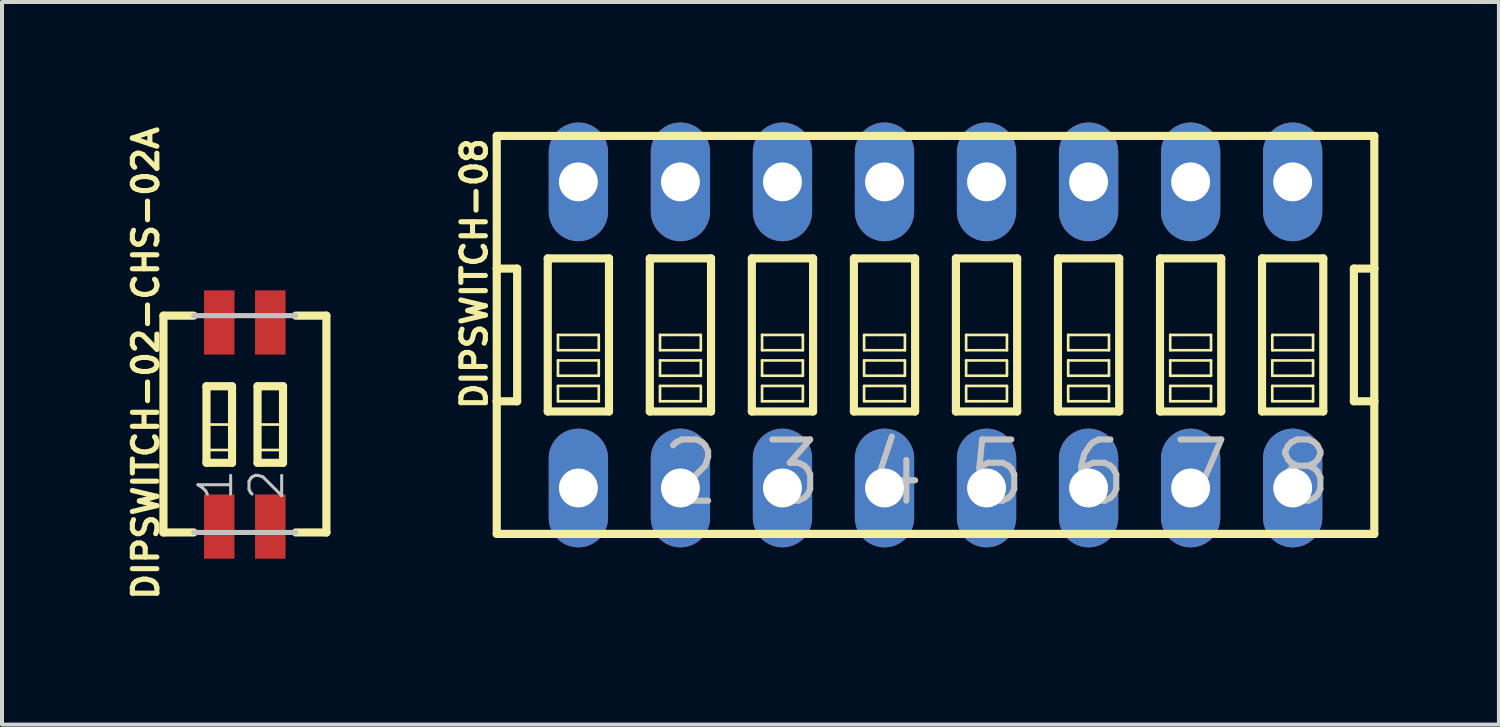
<source format=kicad_pcb>
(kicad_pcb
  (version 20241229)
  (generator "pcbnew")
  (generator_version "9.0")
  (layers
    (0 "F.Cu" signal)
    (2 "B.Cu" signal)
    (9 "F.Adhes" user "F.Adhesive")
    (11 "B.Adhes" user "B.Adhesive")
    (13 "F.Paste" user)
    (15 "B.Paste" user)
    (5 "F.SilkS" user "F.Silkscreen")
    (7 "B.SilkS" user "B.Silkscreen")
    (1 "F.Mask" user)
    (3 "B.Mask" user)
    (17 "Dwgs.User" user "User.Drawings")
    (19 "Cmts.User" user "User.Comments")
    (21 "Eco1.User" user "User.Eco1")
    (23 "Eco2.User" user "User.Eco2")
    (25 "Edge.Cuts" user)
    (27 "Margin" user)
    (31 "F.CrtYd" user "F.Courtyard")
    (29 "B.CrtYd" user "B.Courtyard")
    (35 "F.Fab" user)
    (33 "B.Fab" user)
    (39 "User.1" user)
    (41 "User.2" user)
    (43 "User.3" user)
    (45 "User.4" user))
  (footprint "DIPSWITCH-08"
    (layer "F.Cu")
    (at 20.237 5.287)
    (property "Reference" "DIPSWITCH-08" (at -11.481 -1.524 90) (layer "F.SilkS") (effects (font (size 0.61 0.61) (thickness 0.127))))
    (attr exclude_from_pos_files exclude_from_bom)
    (fp_line (start -10.922 -4.953) (end -10.922 -1.651) (stroke (width 0.203) (type solid)) (layer "F.SilkS"))
    (fp_line (start -10.922 -1.651) (end -10.922 1.651) (stroke (width 0.203) (type solid)) (layer "F.SilkS"))
    (fp_line (start -10.922 1.651) (end -10.922 4.953) (stroke (width 0.203) (type solid)) (layer "F.SilkS"))
    (fp_line (start -10.922 1.651) (end -10.414 1.651) (stroke (width 0.203) (type solid)) (layer "F.SilkS"))
    (fp_line (start -10.922 4.953) (end 10.922 4.953) (stroke (width 0.203) (type solid)) (layer "F.SilkS"))
    (fp_line (start -10.414 -1.651) (end -10.922 -1.651) (stroke (width 0.203) (type solid)) (layer "F.SilkS"))
    (fp_line (start -10.414 1.651) (end -10.414 -1.651) (stroke (width 0.203) (type solid)) (layer "F.SilkS"))
    (fp_line (start -9.652 -1.905) (end -9.652 1.905) (stroke (width 0.203) (type solid)) (layer "F.SilkS"))
    (fp_line (start -9.652 -1.905) (end -8.128 -1.905) (stroke (width 0.203) (type solid)) (layer "F.SilkS"))
    (fp_line (start -9.398 0) (end -8.382 0) (stroke (width 0.066) (type solid)) (layer "F.SilkS"))
    (fp_line (start -9.398 0.381) (end -9.398 0) (stroke (width 0.066) (type solid)) (layer "F.SilkS"))
    (fp_line (start -9.398 0.381) (end -8.382 0.381) (stroke (width 0.066) (type solid)) (layer "F.SilkS"))
    (fp_line (start -9.398 0.635) (end -8.382 0.635) (stroke (width 0.066) (type solid)) (layer "F.SilkS"))
    (fp_line (start -9.398 1.016) (end -9.398 0.635) (stroke (width 0.066) (type solid)) (layer "F.SilkS"))
    (fp_line (start -9.398 1.016) (end -8.382 1.016) (stroke (width 0.066) (type solid)) (layer "F.SilkS"))
    (fp_line (start -9.398 1.27) (end -8.382 1.27) (stroke (width 0.066) (type solid)) (layer "F.SilkS"))
    (fp_line (start -9.398 1.651) (end -9.398 1.27) (stroke (width 0.066) (type solid)) (layer "F.SilkS"))
    (fp_line (start -9.398 1.651) (end -8.382 1.651) (stroke (width 0.066) (type solid)) (layer "F.SilkS"))
    (fp_line (start -8.382 0.381) (end -8.382 0) (stroke (width 0.066) (type solid)) (layer "F.SilkS"))
    (fp_line (start -8.382 1.016) (end -8.382 0.635) (stroke (width 0.066) (type solid)) (layer "F.SilkS"))
    (fp_line (start -8.382 1.651) (end -8.382 1.27) (stroke (width 0.066) (type solid)) (layer "F.SilkS"))
    (fp_line (start -8.128 1.905) (end -9.652 1.905) (stroke (width 0.203) (type solid)) (layer "F.SilkS"))
    (fp_line (start -8.128 1.905) (end -8.128 -1.905) (stroke (width 0.203) (type solid)) (layer "F.SilkS"))
    (fp_line (start -7.112 -1.905) (end -7.112 1.905) (stroke (width 0.203) (type solid)) (layer "F.SilkS"))
    (fp_line (start -7.112 -1.905) (end -5.588 -1.905) (stroke (width 0.203) (type solid)) (layer "F.SilkS"))
    (fp_line (start -6.858 0) (end -5.842 0) (stroke (width 0.066) (type solid)) (layer "F.SilkS"))
    (fp_line (start -6.858 0.381) (end -6.858 0) (stroke (width 0.066) (type solid)) (layer "F.SilkS"))
    (fp_line (start -6.858 0.381) (end -5.842 0.381) (stroke (width 0.066) (type solid)) (layer "F.SilkS"))
    (fp_line (start -6.858 0.635) (end -5.842 0.635) (stroke (width 0.066) (type solid)) (layer "F.SilkS"))
    (fp_line (start -6.858 1.016) (end -6.858 0.635) (stroke (width 0.066) (type solid)) (layer "F.SilkS"))
    (fp_line (start -6.858 1.016) (end -5.842 1.016) (stroke (width 0.066) (type solid)) (layer "F.SilkS"))
    (fp_line (start -6.858 1.27) (end -5.842 1.27) (stroke (width 0.066) (type solid)) (layer "F.SilkS"))
    (fp_line (start -6.858 1.651) (end -6.858 1.27) (stroke (width 0.066) (type solid)) (layer "F.SilkS"))
    (fp_line (start -6.858 1.651) (end -5.842 1.651) (stroke (width 0.066) (type solid)) (layer "F.SilkS"))
    (fp_line (start -5.842 0.381) (end -5.842 0) (stroke (width 0.066) (type solid)) (layer "F.SilkS"))
    (fp_line (start -5.842 1.016) (end -5.842 0.635) (stroke (width 0.066) (type solid)) (layer "F.SilkS"))
    (fp_line (start -5.842 1.651) (end -5.842 1.27) (stroke (width 0.066) (type solid)) (layer "F.SilkS"))
    (fp_line (start -5.588 1.905) (end -7.112 1.905) (stroke (width 0.203) (type solid)) (layer "F.SilkS"))
    (fp_line (start -5.588 1.905) (end -5.588 -1.905) (stroke (width 0.203) (type solid)) (layer "F.SilkS"))
    (fp_line (start -4.572 -1.905) (end -4.572 1.905) (stroke (width 0.203) (type solid)) (layer "F.SilkS"))
    (fp_line (start -4.572 -1.905) (end -3.048 -1.905) (stroke (width 0.203) (type solid)) (layer "F.SilkS"))
    (fp_line (start -4.318 0) (end -3.302 0) (stroke (width 0.066) (type solid)) (layer "F.SilkS"))
    (fp_line (start -4.318 0.381) (end -4.318 0) (stroke (width 0.066) (type solid)) (layer "F.SilkS"))
    (fp_line (start -4.318 0.381) (end -3.302 0.381) (stroke (width 0.066) (type solid)) (layer "F.SilkS"))
    (fp_line (start -4.318 0.635) (end -3.302 0.635) (stroke (width 0.066) (type solid)) (layer "F.SilkS"))
    (fp_line (start -4.318 1.016) (end -4.318 0.635) (stroke (width 0.066) (type solid)) (layer "F.SilkS"))
    (fp_line (start -4.318 1.016) (end -3.302 1.016) (stroke (width 0.066) (type solid)) (layer "F.SilkS"))
    (fp_line (start -4.318 1.27) (end -3.302 1.27) (stroke (width 0.066) (type solid)) (layer "F.SilkS"))
    (fp_line (start -4.318 1.651) (end -4.318 1.27) (stroke (width 0.066) (type solid)) (layer "F.SilkS"))
    (fp_line (start -4.318 1.651) (end -3.302 1.651) (stroke (width 0.066) (type solid)) (layer "F.SilkS"))
    (fp_line (start -3.302 0.381) (end -3.302 0) (stroke (width 0.066) (type solid)) (layer "F.SilkS"))
    (fp_line (start -3.302 1.016) (end -3.302 0.635) (stroke (width 0.066) (type solid)) (layer "F.SilkS"))
    (fp_line (start -3.302 1.651) (end -3.302 1.27) (stroke (width 0.066) (type solid)) (layer "F.SilkS"))
    (fp_line (start -3.048 1.905) (end -4.572 1.905) (stroke (width 0.203) (type solid)) (layer "F.SilkS"))
    (fp_line (start -3.048 1.905) (end -3.048 -1.905) (stroke (width 0.203) (type solid)) (layer "F.SilkS"))
    (fp_line (start -2.032 -1.905) (end -2.032 1.905) (stroke (width 0.203) (type solid)) (layer "F.SilkS"))
    (fp_line (start -2.032 -1.905) (end -0.508 -1.905) (stroke (width 0.203) (type solid)) (layer "F.SilkS"))
    (fp_line (start -1.778 0) (end -0.762 0) (stroke (width 0.066) (type solid)) (layer "F.SilkS"))
    (fp_line (start -1.778 0.381) (end -1.778 0) (stroke (width 0.066) (type solid)) (layer "F.SilkS"))
    (fp_line (start -1.778 0.381) (end -0.762 0.381) (stroke (width 0.066) (type solid)) (layer "F.SilkS"))
    (fp_line (start -1.778 0.635) (end -0.762 0.635) (stroke (width 0.066) (type solid)) (layer "F.SilkS"))
    (fp_line (start -1.778 1.016) (end -1.778 0.635) (stroke (width 0.066) (type solid)) (layer "F.SilkS"))
    (fp_line (start -1.778 1.016) (end -0.762 1.016) (stroke (width 0.066) (type solid)) (layer "F.SilkS"))
    (fp_line (start -1.778 1.27) (end -0.762 1.27) (stroke (width 0.066) (type solid)) (layer "F.SilkS"))
    (fp_line (start -1.778 1.651) (end -1.778 1.27) (stroke (width 0.066) (type solid)) (layer "F.SilkS"))
    (fp_line (start -1.778 1.651) (end -0.762 1.651) (stroke (width 0.066) (type solid)) (layer "F.SilkS"))
    (fp_line (start -0.762 0.381) (end -0.762 0) (stroke (width 0.066) (type solid)) (layer "F.SilkS"))
    (fp_line (start -0.762 1.016) (end -0.762 0.635) (stroke (width 0.066) (type solid)) (layer "F.SilkS"))
    (fp_line (start -0.762 1.651) (end -0.762 1.27) (stroke (width 0.066) (type solid)) (layer "F.SilkS"))
    (fp_line (start -0.508 1.905) (end -2.032 1.905) (stroke (width 0.203) (type solid)) (layer "F.SilkS"))
    (fp_line (start -0.508 1.905) (end -0.508 -1.905) (stroke (width 0.203) (type solid)) (layer "F.SilkS"))
    (fp_line (start 0.508 -1.905) (end 0.508 1.905) (stroke (width 0.203) (type solid)) (layer "F.SilkS"))
    (fp_line (start 0.508 -1.905) (end 2.032 -1.905) (stroke (width 0.203) (type solid)) (layer "F.SilkS"))
    (fp_line (start 0.762 0) (end 1.778 0) (stroke (width 0.066) (type solid)) (layer "F.SilkS"))
    (fp_line (start 0.762 0.381) (end 0.762 0) (stroke (width 0.066) (type solid)) (layer "F.SilkS"))
    (fp_line (start 0.762 0.381) (end 1.778 0.381) (stroke (width 0.066) (type solid)) (layer "F.SilkS"))
    (fp_line (start 0.762 0.635) (end 1.778 0.635) (stroke (width 0.066) (type solid)) (layer "F.SilkS"))
    (fp_line (start 0.762 1.016) (end 0.762 0.635) (stroke (width 0.066) (type solid)) (layer "F.SilkS"))
    (fp_line (start 0.762 1.016) (end 1.778 1.016) (stroke (width 0.066) (type solid)) (layer "F.SilkS"))
    (fp_line (start 0.762 1.27) (end 1.778 1.27) (stroke (width 0.066) (type solid)) (layer "F.SilkS"))
    (fp_line (start 0.762 1.651) (end 0.762 1.27) (stroke (width 0.066) (type solid)) (layer "F.SilkS"))
    (fp_line (start 0.762 1.651) (end 1.778 1.651) (stroke (width 0.066) (type solid)) (layer "F.SilkS"))
    (fp_line (start 1.778 0.381) (end 1.778 0) (stroke (width 0.066) (type solid)) (layer "F.SilkS"))
    (fp_line (start 1.778 1.016) (end 1.778 0.635) (stroke (width 0.066) (type solid)) (layer "F.SilkS"))
    (fp_line (start 1.778 1.651) (end 1.778 1.27) (stroke (width 0.066) (type solid)) (layer "F.SilkS"))
    (fp_line (start 2.032 1.905) (end 0.508 1.905) (stroke (width 0.203) (type solid)) (layer "F.SilkS"))
    (fp_line (start 2.032 1.905) (end 2.032 -1.905) (stroke (width 0.203) (type solid)) (layer "F.SilkS"))
    (fp_line (start 3.048 -1.905) (end 3.048 1.905) (stroke (width 0.203) (type solid)) (layer "F.SilkS"))
    (fp_line (start 3.048 -1.905) (end 4.572 -1.905) (stroke (width 0.203) (type solid)) (layer "F.SilkS"))
    (fp_line (start 3.302 0) (end 4.318 0) (stroke (width 0.066) (type solid)) (layer "F.SilkS"))
    (fp_line (start 3.302 0.381) (end 3.302 0) (stroke (width 0.066) (type solid)) (layer "F.SilkS"))
    (fp_line (start 3.302 0.381) (end 4.318 0.381) (stroke (width 0.066) (type solid)) (layer "F.SilkS"))
    (fp_line (start 3.302 0.635) (end 4.318 0.635) (stroke (width 0.066) (type solid)) (layer "F.SilkS"))
    (fp_line (start 3.302 1.016) (end 3.302 0.635) (stroke (width 0.066) (type solid)) (layer "F.SilkS"))
    (fp_line (start 3.302 1.016) (end 4.318 1.016) (stroke (width 0.066) (type solid)) (layer "F.SilkS"))
    (fp_line (start 3.302 1.27) (end 4.318 1.27) (stroke (width 0.066) (type solid)) (layer "F.SilkS"))
    (fp_line (start 3.302 1.651) (end 3.302 1.27) (stroke (width 0.066) (type solid)) (layer "F.SilkS"))
    (fp_line (start 3.302 1.651) (end 4.318 1.651) (stroke (width 0.066) (type solid)) (layer "F.SilkS"))
    (fp_line (start 4.318 0.381) (end 4.318 0) (stroke (width 0.066) (type solid)) (layer "F.SilkS"))
    (fp_line (start 4.318 1.016) (end 4.318 0.635) (stroke (width 0.066) (type solid)) (layer "F.SilkS"))
    (fp_line (start 4.318 1.651) (end 4.318 1.27) (stroke (width 0.066) (type solid)) (layer "F.SilkS"))
    (fp_line (start 4.572 1.905) (end 3.048 1.905) (stroke (width 0.203) (type solid)) (layer "F.SilkS"))
    (fp_line (start 4.572 1.905) (end 4.572 -1.905) (stroke (width 0.203) (type solid)) (layer "F.SilkS"))
    (fp_line (start 5.588 -1.905) (end 5.588 1.905) (stroke (width 0.203) (type solid)) (layer "F.SilkS"))
    (fp_line (start 5.588 -1.905) (end 7.112 -1.905) (stroke (width 0.203) (type solid)) (layer "F.SilkS"))
    (fp_line (start 5.842 0) (end 6.858 0) (stroke (width 0.066) (type solid)) (layer "F.SilkS"))
    (fp_line (start 5.842 0.381) (end 5.842 0) (stroke (width 0.066) (type solid)) (layer "F.SilkS"))
    (fp_line (start 5.842 0.381) (end 6.858 0.381) (stroke (width 0.066) (type solid)) (layer "F.SilkS"))
    (fp_line (start 5.842 0.635) (end 6.858 0.635) (stroke (width 0.066) (type solid)) (layer "F.SilkS"))
    (fp_line (start 5.842 1.016) (end 5.842 0.635) (stroke (width 0.066) (type solid)) (layer "F.SilkS"))
    (fp_line (start 5.842 1.016) (end 6.858 1.016) (stroke (width 0.066) (type solid)) (layer "F.SilkS"))
    (fp_line (start 5.842 1.27) (end 6.858 1.27) (stroke (width 0.066) (type solid)) (layer "F.SilkS"))
    (fp_line (start 5.842 1.651) (end 5.842 1.27) (stroke (width 0.066) (type solid)) (layer "F.SilkS"))
    (fp_line (start 5.842 1.651) (end 6.858 1.651) (stroke (width 0.066) (type solid)) (layer "F.SilkS"))
    (fp_line (start 6.858 0.381) (end 6.858 0) (stroke (width 0.066) (type solid)) (layer "F.SilkS"))
    (fp_line (start 6.858 1.016) (end 6.858 0.635) (stroke (width 0.066) (type solid)) (layer "F.SilkS"))
    (fp_line (start 6.858 1.651) (end 6.858 1.27) (stroke (width 0.066) (type solid)) (layer "F.SilkS"))
    (fp_line (start 7.112 1.905) (end 5.588 1.905) (stroke (width 0.203) (type solid)) (layer "F.SilkS"))
    (fp_line (start 7.112 1.905) (end 7.112 -1.905) (stroke (width 0.203) (type solid)) (layer "F.SilkS"))
    (fp_line (start 8.128 -1.905) (end 8.128 1.905) (stroke (width 0.203) (type solid)) (layer "F.SilkS"))
    (fp_line (start 8.128 -1.905) (end 9.652 -1.905) (stroke (width 0.203) (type solid)) (layer "F.SilkS"))
    (fp_line (start 8.382 0) (end 9.398 0) (stroke (width 0.066) (type solid)) (layer "F.SilkS"))
    (fp_line (start 8.382 0.381) (end 8.382 0) (stroke (width 0.066) (type solid)) (layer "F.SilkS"))
    (fp_line (start 8.382 0.381) (end 9.398 0.381) (stroke (width 0.066) (type solid)) (layer "F.SilkS"))
    (fp_line (start 8.382 0.635) (end 9.398 0.635) (stroke (width 0.066) (type solid)) (layer "F.SilkS"))
    (fp_line (start 8.382 1.016) (end 8.382 0.635) (stroke (width 0.066) (type solid)) (layer "F.SilkS"))
    (fp_line (start 8.382 1.016) (end 9.398 1.016) (stroke (width 0.066) (type solid)) (layer "F.SilkS"))
    (fp_line (start 8.382 1.27) (end 9.398 1.27) (stroke (width 0.066) (type solid)) (layer "F.SilkS"))
    (fp_line (start 8.382 1.651) (end 8.382 1.27) (stroke (width 0.066) (type solid)) (layer "F.SilkS"))
    (fp_line (start 8.382 1.651) (end 9.398 1.651) (stroke (width 0.066) (type solid)) (layer "F.SilkS"))
    (fp_line (start 9.398 0.381) (end 9.398 0) (stroke (width 0.066) (type solid)) (layer "F.SilkS"))
    (fp_line (start 9.398 1.016) (end 9.398 0.635) (stroke (width 0.066) (type solid)) (layer "F.SilkS"))
    (fp_line (start 9.398 1.651) (end 9.398 1.27) (stroke (width 0.066) (type solid)) (layer "F.SilkS"))
    (fp_line (start 9.652 1.905) (end 8.128 1.905) (stroke (width 0.203) (type solid)) (layer "F.SilkS"))
    (fp_line (start 9.652 1.905) (end 9.652 -1.905) (stroke (width 0.203) (type solid)) (layer "F.SilkS"))
    (fp_line (start 10.414 -1.651) (end 10.414 1.651) (stroke (width 0.203) (type solid)) (layer "F.SilkS"))
    (fp_line (start 10.414 1.651) (end 10.922 1.651) (stroke (width 0.203) (type solid)) (layer "F.SilkS"))
    (fp_line (start 10.922 -4.953) (end -10.922 -4.953) (stroke (width 0.203) (type solid)) (layer "F.SilkS"))
    (fp_line (start 10.922 -1.651) (end 10.414 -1.651) (stroke (width 0.203) (type solid)) (layer "F.SilkS"))
    (fp_line (start 10.922 -1.651) (end 10.922 -4.953) (stroke (width 0.203) (type solid)) (layer "F.SilkS"))
    (fp_line (start 10.922 1.651) (end 10.922 -1.651) (stroke (width 0.203) (type solid)) (layer "F.SilkS"))
    (fp_line (start 10.922 4.953) (end 10.922 1.651) (stroke (width 0.203) (type solid)) (layer "F.SilkS"))
    (fp_text user "4" (at -1.016 3.429 0) (layer "Dwgs.User") (effects (font (size 1.524 1.524) (thickness 0.152))))
    (fp_text user "7" (at 6.604 3.429 0) (layer "Dwgs.User") (effects (font (size 1.524 1.524) (thickness 0.152))))
    (fp_text user "5" (at 1.524 3.429 0) (layer "Dwgs.User") (effects (font (size 1.524 1.524) (thickness 0.152))))
    (fp_text user "6" (at 4.064 3.429 0) (layer "Dwgs.User") (effects (font (size 1.524 1.524) (thickness 0.152))))
    (fp_text user "8" (at 9.144 3.429 0) (layer "Dwgs.User") (effects (font (size 1.524 1.524) (thickness 0.152))))
    (fp_text user "2" (at -6.096 3.429 0) (layer "Dwgs.User") (effects (font (size 1.524 1.524) (thickness 0.152))))
    (fp_text user "3" (at -3.556 3.429 0) (layer "Dwgs.User") (effects (font (size 1.524 1.524) (thickness 0.152))))
    (pad "1" thru_hole oval (at -8.89 3.81 180) (size 1.476 2.954) (drill 0.968) (layers "*.Cu" "*.Paste" "*.Mask"))
    (pad "2" thru_hole oval (at -6.35 3.81 180) (size 1.476 2.954) (drill 0.968) (layers "*.Cu" "*.Paste" "*.Mask"))
    (pad "3" thru_hole oval (at -3.81 3.81 180) (size 1.476 2.954) (drill 0.968) (layers "*.Cu" "*.Paste" "*.Mask"))
    (pad "4" thru_hole oval (at -1.27 3.81 180) (size 1.476 2.954) (drill 0.968) (layers "*.Cu" "*.Paste" "*.Mask"))
    (pad "5" thru_hole oval (at 1.27 3.81 180) (size 1.476 2.954) (drill 0.968) (layers "*.Cu" "*.Paste" "*.Mask"))
    (pad "6" thru_hole oval (at 3.81 3.81 180) (size 1.476 2.954) (drill 0.968) (layers "*.Cu" "*.Paste" "*.Mask"))
    (pad "7" thru_hole oval (at 6.35 3.81 180) (size 1.476 2.954) (drill 0.968) (layers "*.Cu" "*.Paste" "*.Mask"))
    (pad "8" thru_hole oval (at 8.89 3.81 180) (size 1.476 2.954) (drill 0.968) (layers "*.Cu" "*.Paste" "*.Mask"))
    (pad "9" thru_hole oval (at 8.89 -3.81 180) (size 1.476 2.954) (drill 0.968) (layers "*.Cu" "*.Paste" "*.Mask"))
    (pad "10" thru_hole oval (at 6.35 -3.81 180) (size 1.476 2.954) (drill 0.968) (layers "*.Cu" "*.Paste" "*.Mask"))
    (pad "11" thru_hole oval (at 3.81 -3.81 180) (size 1.476 2.954) (drill 0.968) (layers "*.Cu" "*.Paste" "*.Mask"))
    (pad "12" thru_hole oval (at 1.27 -3.81 180) (size 1.476 2.954) (drill 0.968) (layers "*.Cu" "*.Paste" "*.Mask"))
    (pad "13" thru_hole oval (at -1.27 -3.81 180) (size 1.476 2.954) (drill 0.968) (layers "*.Cu" "*.Paste" "*.Mask"))
    (pad "14" thru_hole oval (at -3.81 -3.81 180) (size 1.476 2.954) (drill 0.968) (layers "*.Cu" "*.Paste" "*.Mask"))
    (pad "15" thru_hole oval (at -6.35 -3.81 180) (size 1.476 2.954) (drill 0.968) (layers "*.Cu" "*.Paste" "*.Mask"))
    (pad "16" thru_hole oval (at -8.89 -3.81 180) (size 1.476 2.954) (drill 0.968) (layers "*.Cu" "*.Paste" "*.Mask")))
  (footprint "DIPSWITCH-02-CHS-02A"
    (layer "F.Cu")
    (at 2.408 7.517)
    (property "Reference" "DIPSWITCH-02-CHS-02A" (at -1.829 -1.524 90) (layer "F.SilkS") (effects (font (size 0.61 0.61) (thickness 0.127))))
    (attr smd)
    (fp_line (start -1.389 -2.71) (end -1.389 2.687) (stroke (width 0.203) (type solid)) (layer "F.SilkS"))
    (fp_line (start -1.389 2.687) (end -0.635 2.687) (stroke (width 0.203) (type solid)) (layer "F.SilkS"))
    (fp_line (start -0.635 -2.71) (end -1.389 -2.71) (stroke (width 0.203) (type solid)) (layer "F.SilkS"))
    (fp_line (start -0.318 -0.953) (end 0.318 -0.953) (stroke (width 0.203) (type solid)) (layer "F.SilkS"))
    (fp_line (start -0.318 0) (end 0.318 0) (stroke (width 0.066) (type solid)) (layer "F.SilkS"))
    (fp_line (start -0.318 0.635) (end -0.318 0) (stroke (width 0.066) (type solid)) (layer "F.SilkS"))
    (fp_line (start -0.318 0.635) (end 0.318 0.635) (stroke (width 0.066) (type solid)) (layer "F.SilkS"))
    (fp_line (start -0.318 0.953) (end -0.318 -0.953) (stroke (width 0.203) (type solid)) (layer "F.SilkS"))
    (fp_line (start 0.318 -0.953) (end 0.318 0.953) (stroke (width 0.203) (type solid)) (layer "F.SilkS"))
    (fp_line (start 0.318 0.635) (end 0.318 0) (stroke (width 0.066) (type solid)) (layer "F.SilkS"))
    (fp_line (start 0.318 0.953) (end -0.318 0.953) (stroke (width 0.203) (type solid)) (layer "F.SilkS"))
    (fp_line (start 0.953 -0.953) (end 1.587 -0.953) (stroke (width 0.203) (type solid)) (layer "F.SilkS"))
    (fp_line (start 0.953 0) (end 1.587 0) (stroke (width 0.066) (type solid)) (layer "F.SilkS"))
    (fp_line (start 0.953 0.635) (end 0.953 0) (stroke (width 0.066) (type solid)) (layer "F.SilkS"))
    (fp_line (start 0.953 0.635) (end 1.587 0.635) (stroke (width 0.066) (type solid)) (layer "F.SilkS"))
    (fp_line (start 0.953 0.953) (end 0.953 -0.953) (stroke (width 0.203) (type solid)) (layer "F.SilkS"))
    (fp_line (start 1.587 -0.953) (end 1.587 0.953) (stroke (width 0.203) (type solid)) (layer "F.SilkS"))
    (fp_line (start 1.587 0.635) (end 1.587 0) (stroke (width 0.066) (type solid)) (layer "F.SilkS"))
    (fp_line (start 1.587 0.953) (end 0.953 0.953) (stroke (width 0.203) (type solid)) (layer "F.SilkS"))
    (fp_line (start 1.905 2.687) (end 2.667 2.687) (stroke (width 0.203) (type solid)) (layer "F.SilkS"))
    (fp_line (start 2.667 -2.71) (end 1.905 -2.71) (stroke (width 0.203) (type solid)) (layer "F.SilkS"))
    (fp_line (start 2.667 2.687) (end 2.667 -2.71) (stroke (width 0.203) (type solid)) (layer "F.SilkS"))
    (fp_line (start -0.635 2.687) (end 1.905 2.687) (stroke (width 0.127) (type solid)) (layer "Dwgs.User"))
    (fp_line (start 1.905 -2.71) (end -0.635 -2.71) (stroke (width 0.127) (type solid)) (layer "Dwgs.User"))
    (fp_text user "2" (at 1.181 1.499 90) (layer "Dwgs.User") (effects (font (size 0.813 0.813) (thickness 0.076))))
    (fp_text user "1" (at -0.089 1.499 90) (layer "Dwgs.User") (effects (font (size 0.813 0.813) (thickness 0.076))))
    (pad "1" smd rect (at 0 2.54) (size 0.759 1.598) (layers "F.Cu" "F.Mask" "F.Paste"))
    (pad "2" smd rect (at 1.27 2.54) (size 0.759 1.598) (layers "F.Cu" "F.Mask" "F.Paste"))
    (pad "3" smd rect (at 1.27 -2.54) (size 0.759 1.598) (layers "F.Cu" "F.Mask" "F.Paste"))
    (pad "4" smd rect (at 0 -2.54) (size 0.759 1.598) (layers "F.Cu" "F.Mask" "F.Paste")))
  (gr_rect
    (start -3 -3)
    (end 34.261 14.987)
    (stroke (width 0.1) (type default))
    (fill no)
    (layer "Edge.Cuts")))
</source>
